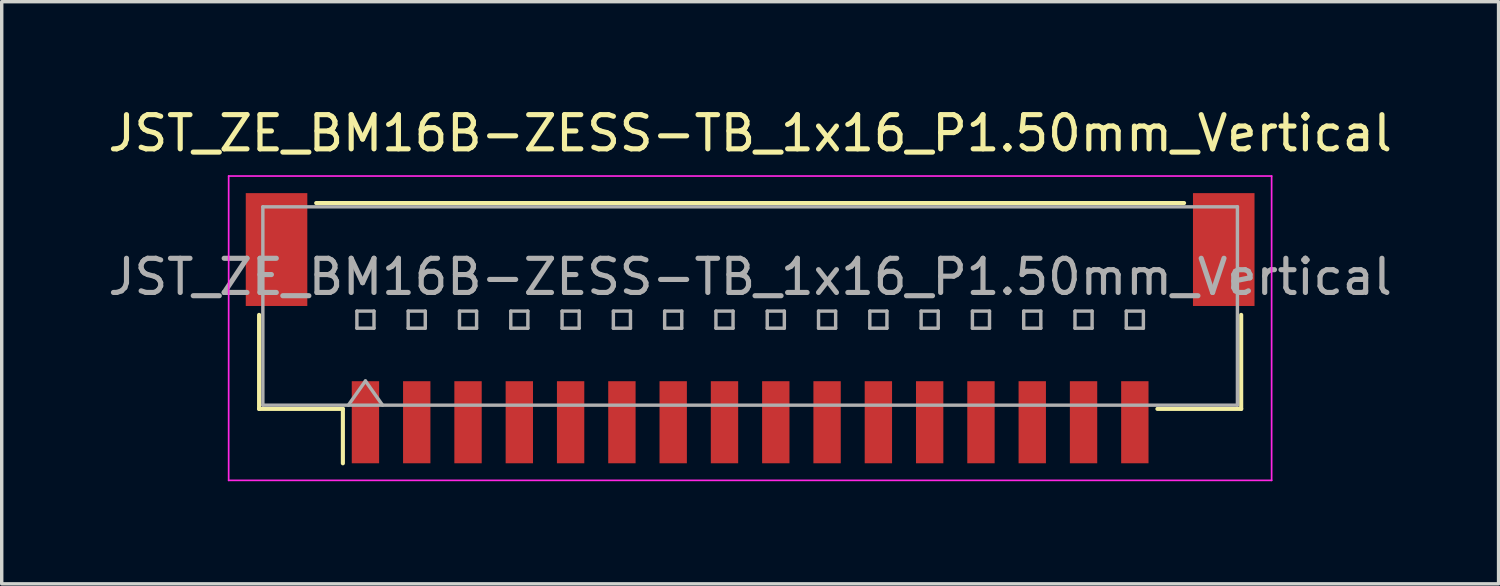
<source format=kicad_pcb>
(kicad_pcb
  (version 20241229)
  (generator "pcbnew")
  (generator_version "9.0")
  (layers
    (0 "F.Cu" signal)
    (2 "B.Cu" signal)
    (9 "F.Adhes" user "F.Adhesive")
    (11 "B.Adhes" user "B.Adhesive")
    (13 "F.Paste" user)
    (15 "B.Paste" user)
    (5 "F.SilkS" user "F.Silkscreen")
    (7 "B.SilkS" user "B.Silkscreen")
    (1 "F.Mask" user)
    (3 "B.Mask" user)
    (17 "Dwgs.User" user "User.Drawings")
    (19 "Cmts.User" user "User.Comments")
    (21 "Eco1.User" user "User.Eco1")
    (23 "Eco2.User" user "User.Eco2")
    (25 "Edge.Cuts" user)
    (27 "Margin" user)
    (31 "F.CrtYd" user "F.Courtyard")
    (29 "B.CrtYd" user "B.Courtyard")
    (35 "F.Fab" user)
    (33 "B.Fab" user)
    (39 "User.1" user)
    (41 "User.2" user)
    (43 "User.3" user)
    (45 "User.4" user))
  (footprint "JST_ZE_BM16B-ZESS-TB_1x16_P1.50mm_Vertical"
    (layer "F.Cu")
    (at 18.887 6.548)
    (property "Reference" "JST_ZE_BM16B-ZESS-TB_1x16_P1.50mm_Vertical" (at 0 -5.7 0) (layer "F.SilkS") (effects (font (size 1 1) (thickness 0.15))))
    (attr smd)
    (fp_line (start -14.36 -0.39) (end -14.36 2.36) (stroke (width 0.12) (type solid)) (layer "F.SilkS"))
    (fp_line (start -14.36 2.36) (end -11.91 2.36) (stroke (width 0.12) (type solid)) (layer "F.SilkS"))
    (fp_line (start -12.69 -3.66) (end 12.69 -3.66) (stroke (width 0.12) (type solid)) (layer "F.SilkS"))
    (fp_line (start -11.91 2.36) (end -11.91 3.95) (stroke (width 0.12) (type solid)) (layer "F.SilkS"))
    (fp_line (start 14.36 -0.39) (end 14.36 2.36) (stroke (width 0.12) (type solid)) (layer "F.SilkS"))
    (fp_line (start 14.36 2.36) (end 11.91 2.36) (stroke (width 0.12) (type solid)) (layer "F.SilkS"))
    (fp_line (start -15.25 -4.45) (end -15.25 4.45) (stroke (width 0.05) (type solid)) (layer "F.CrtYd"))
    (fp_line (start -15.25 4.45) (end 15.25 4.45) (stroke (width 0.05) (type solid)) (layer "F.CrtYd"))
    (fp_line (start 15.25 -4.45) (end -15.25 -4.45) (stroke (width 0.05) (type solid)) (layer "F.CrtYd"))
    (fp_line (start 15.25 4.45) (end 15.25 -4.45) (stroke (width 0.05) (type solid)) (layer "F.CrtYd"))
    (fp_line (start -14.25 -3.55) (end 14.25 -3.55) (stroke (width 0.1) (type solid)) (layer "F.Fab"))
    (fp_line (start -14.25 2.25) (end -14.25 -3.55) (stroke (width 0.1) (type solid)) (layer "F.Fab"))
    (fp_line (start -14.25 2.25) (end 14.25 2.25) (stroke (width 0.1) (type solid)) (layer "F.Fab"))
    (fp_line (start -11.75 2.25) (end -11.25 1.543) (stroke (width 0.1) (type solid)) (layer "F.Fab"))
    (fp_line (start -11.5 -0.5) (end -11.5 0) (stroke (width 0.1) (type solid)) (layer "F.Fab"))
    (fp_line (start -11.5 0) (end -11 0) (stroke (width 0.1) (type solid)) (layer "F.Fab"))
    (fp_line (start -11.25 1.543) (end -10.75 2.25) (stroke (width 0.1) (type solid)) (layer "F.Fab"))
    (fp_line (start -11 -0.5) (end -11.5 -0.5) (stroke (width 0.1) (type solid)) (layer "F.Fab"))
    (fp_line (start -11 0) (end -11 -0.5) (stroke (width 0.1) (type solid)) (layer "F.Fab"))
    (fp_line (start -10 -0.5) (end -10 0) (stroke (width 0.1) (type solid)) (layer "F.Fab"))
    (fp_line (start -10 0) (end -9.5 0) (stroke (width 0.1) (type solid)) (layer "F.Fab"))
    (fp_line (start -9.5 -0.5) (end -10 -0.5) (stroke (width 0.1) (type solid)) (layer "F.Fab"))
    (fp_line (start -9.5 0) (end -9.5 -0.5) (stroke (width 0.1) (type solid)) (layer "F.Fab"))
    (fp_line (start -8.5 -0.5) (end -8.5 0) (stroke (width 0.1) (type solid)) (layer "F.Fab"))
    (fp_line (start -8.5 0) (end -8 0) (stroke (width 0.1) (type solid)) (layer "F.Fab"))
    (fp_line (start -8 -0.5) (end -8.5 -0.5) (stroke (width 0.1) (type solid)) (layer "F.Fab"))
    (fp_line (start -8 0) (end -8 -0.5) (stroke (width 0.1) (type solid)) (layer "F.Fab"))
    (fp_line (start -7 -0.5) (end -7 0) (stroke (width 0.1) (type solid)) (layer "F.Fab"))
    (fp_line (start -7 0) (end -6.5 0) (stroke (width 0.1) (type solid)) (layer "F.Fab"))
    (fp_line (start -6.5 -0.5) (end -7 -0.5) (stroke (width 0.1) (type solid)) (layer "F.Fab"))
    (fp_line (start -6.5 0) (end -6.5 -0.5) (stroke (width 0.1) (type solid)) (layer "F.Fab"))
    (fp_line (start -5.5 -0.5) (end -5.5 0) (stroke (width 0.1) (type solid)) (layer "F.Fab"))
    (fp_line (start -5.5 0) (end -5 0) (stroke (width 0.1) (type solid)) (layer "F.Fab"))
    (fp_line (start -5 -0.5) (end -5.5 -0.5) (stroke (width 0.1) (type solid)) (layer "F.Fab"))
    (fp_line (start -5 0) (end -5 -0.5) (stroke (width 0.1) (type solid)) (layer "F.Fab"))
    (fp_line (start -4 -0.5) (end -4 0) (stroke (width 0.1) (type solid)) (layer "F.Fab"))
    (fp_line (start -4 0) (end -3.5 0) (stroke (width 0.1) (type solid)) (layer "F.Fab"))
    (fp_line (start -3.5 -0.5) (end -4 -0.5) (stroke (width 0.1) (type solid)) (layer "F.Fab"))
    (fp_line (start -3.5 0) (end -3.5 -0.5) (stroke (width 0.1) (type solid)) (layer "F.Fab"))
    (fp_line (start -2.5 -0.5) (end -2.5 0) (stroke (width 0.1) (type solid)) (layer "F.Fab"))
    (fp_line (start -2.5 0) (end -2 0) (stroke (width 0.1) (type solid)) (layer "F.Fab"))
    (fp_line (start -2 -0.5) (end -2.5 -0.5) (stroke (width 0.1) (type solid)) (layer "F.Fab"))
    (fp_line (start -2 0) (end -2 -0.5) (stroke (width 0.1) (type solid)) (layer "F.Fab"))
    (fp_line (start -1 -0.5) (end -1 0) (stroke (width 0.1) (type solid)) (layer "F.Fab"))
    (fp_line (start -1 0) (end -0.5 0) (stroke (width 0.1) (type solid)) (layer "F.Fab"))
    (fp_line (start -0.5 -0.5) (end -1 -0.5) (stroke (width 0.1) (type solid)) (layer "F.Fab"))
    (fp_line (start -0.5 0) (end -0.5 -0.5) (stroke (width 0.1) (type solid)) (layer "F.Fab"))
    (fp_line (start 0.5 -0.5) (end 0.5 0) (stroke (width 0.1) (type solid)) (layer "F.Fab"))
    (fp_line (start 0.5 0) (end 1 0) (stroke (width 0.1) (type solid)) (layer "F.Fab"))
    (fp_line (start 1 -0.5) (end 0.5 -0.5) (stroke (width 0.1) (type solid)) (layer "F.Fab"))
    (fp_line (start 1 0) (end 1 -0.5) (stroke (width 0.1) (type solid)) (layer "F.Fab"))
    (fp_line (start 2 -0.5) (end 2 0) (stroke (width 0.1) (type solid)) (layer "F.Fab"))
    (fp_line (start 2 0) (end 2.5 0) (stroke (width 0.1) (type solid)) (layer "F.Fab"))
    (fp_line (start 2.5 -0.5) (end 2 -0.5) (stroke (width 0.1) (type solid)) (layer "F.Fab"))
    (fp_line (start 2.5 0) (end 2.5 -0.5) (stroke (width 0.1) (type solid)) (layer "F.Fab"))
    (fp_line (start 3.5 -0.5) (end 3.5 0) (stroke (width 0.1) (type solid)) (layer "F.Fab"))
    (fp_line (start 3.5 0) (end 4 0) (stroke (width 0.1) (type solid)) (layer "F.Fab"))
    (fp_line (start 4 -0.5) (end 3.5 -0.5) (stroke (width 0.1) (type solid)) (layer "F.Fab"))
    (fp_line (start 4 0) (end 4 -0.5) (stroke (width 0.1) (type solid)) (layer "F.Fab"))
    (fp_line (start 5 -0.5) (end 5 0) (stroke (width 0.1) (type solid)) (layer "F.Fab"))
    (fp_line (start 5 0) (end 5.5 0) (stroke (width 0.1) (type solid)) (layer "F.Fab"))
    (fp_line (start 5.5 -0.5) (end 5 -0.5) (stroke (width 0.1) (type solid)) (layer "F.Fab"))
    (fp_line (start 5.5 0) (end 5.5 -0.5) (stroke (width 0.1) (type solid)) (layer "F.Fab"))
    (fp_line (start 6.5 -0.5) (end 6.5 0) (stroke (width 0.1) (type solid)) (layer "F.Fab"))
    (fp_line (start 6.5 0) (end 7 0) (stroke (width 0.1) (type solid)) (layer "F.Fab"))
    (fp_line (start 7 -0.5) (end 6.5 -0.5) (stroke (width 0.1) (type solid)) (layer "F.Fab"))
    (fp_line (start 7 0) (end 7 -0.5) (stroke (width 0.1) (type solid)) (layer "F.Fab"))
    (fp_line (start 8 -0.5) (end 8 0) (stroke (width 0.1) (type solid)) (layer "F.Fab"))
    (fp_line (start 8 0) (end 8.5 0) (stroke (width 0.1) (type solid)) (layer "F.Fab"))
    (fp_line (start 8.5 -0.5) (end 8 -0.5) (stroke (width 0.1) (type solid)) (layer "F.Fab"))
    (fp_line (start 8.5 0) (end 8.5 -0.5) (stroke (width 0.1) (type solid)) (layer "F.Fab"))
    (fp_line (start 9.5 -0.5) (end 9.5 0) (stroke (width 0.1) (type solid)) (layer "F.Fab"))
    (fp_line (start 9.5 0) (end 10 0) (stroke (width 0.1) (type solid)) (layer "F.Fab"))
    (fp_line (start 10 -0.5) (end 9.5 -0.5) (stroke (width 0.1) (type solid)) (layer "F.Fab"))
    (fp_line (start 10 0) (end 10 -0.5) (stroke (width 0.1) (type solid)) (layer "F.Fab"))
    (fp_line (start 11 -0.5) (end 11 0) (stroke (width 0.1) (type solid)) (layer "F.Fab"))
    (fp_line (start 11 0) (end 11.5 0) (stroke (width 0.1) (type solid)) (layer "F.Fab"))
    (fp_line (start 11.5 -0.5) (end 11 -0.5) (stroke (width 0.1) (type solid)) (layer "F.Fab"))
    (fp_line (start 11.5 0) (end 11.5 -0.5) (stroke (width 0.1) (type solid)) (layer "F.Fab"))
    (fp_line (start 14.25 2.25) (end 14.25 -3.55) (stroke (width 0.1) (type solid)) (layer "F.Fab"))
    (fp_text user "${REFERENCE}" (at 0 -1.5 0) (layer "F.Fab") (effects (font (size 1 1) (thickness 0.15))))
    (pad "" smd rect (at -13.85 -2.3) (size 1.8 3.3) (layers "F.Cu" "F.Mask" "F.Paste"))
    (pad "" smd rect (at 13.85 -2.3) (size 1.8 3.3) (layers "F.Cu" "F.Mask" "F.Paste"))
    (pad "1" smd rect (at -11.25 2.75) (size 0.8 2.4) (layers "F.Cu" "F.Mask" "F.Paste"))
    (pad "2" smd rect (at -9.75 2.75) (size 0.8 2.4) (layers "F.Cu" "F.Mask" "F.Paste"))
    (pad "3" smd rect (at -8.25 2.75) (size 0.8 2.4) (layers "F.Cu" "F.Mask" "F.Paste"))
    (pad "4" smd rect (at -6.75 2.75) (size 0.8 2.4) (layers "F.Cu" "F.Mask" "F.Paste"))
    (pad "5" smd rect (at -5.25 2.75) (size 0.8 2.4) (layers "F.Cu" "F.Mask" "F.Paste"))
    (pad "6" smd rect (at -3.75 2.75) (size 0.8 2.4) (layers "F.Cu" "F.Mask" "F.Paste"))
    (pad "7" smd rect (at -2.25 2.75) (size 0.8 2.4) (layers "F.Cu" "F.Mask" "F.Paste"))
    (pad "8" smd rect (at -0.75 2.75) (size 0.8 2.4) (layers "F.Cu" "F.Mask" "F.Paste"))
    (pad "9" smd rect (at 0.75 2.75) (size 0.8 2.4) (layers "F.Cu" "F.Mask" "F.Paste"))
    (pad "10" smd rect (at 2.25 2.75) (size 0.8 2.4) (layers "F.Cu" "F.Mask" "F.Paste"))
    (pad "11" smd rect (at 3.75 2.75) (size 0.8 2.4) (layers "F.Cu" "F.Mask" "F.Paste"))
    (pad "12" smd rect (at 5.25 2.75) (size 0.8 2.4) (layers "F.Cu" "F.Mask" "F.Paste"))
    (pad "13" smd rect (at 6.75 2.75) (size 0.8 2.4) (layers "F.Cu" "F.Mask" "F.Paste"))
    (pad "14" smd rect (at 8.25 2.75) (size 0.8 2.4) (layers "F.Cu" "F.Mask" "F.Paste"))
    (pad "15" smd rect (at 9.75 2.75) (size 0.8 2.4) (layers "F.Cu" "F.Mask" "F.Paste"))
    (pad "16" smd rect (at 11.25 2.75) (size 0.8 2.4) (layers "F.Cu" "F.Mask" "F.Paste")))
  (gr_rect
    (start -3 -3)
    (end 40.774 14.023)
    (stroke (width 0.1) (type default))
    (fill no)
    (layer "Edge.Cuts")))
</source>
